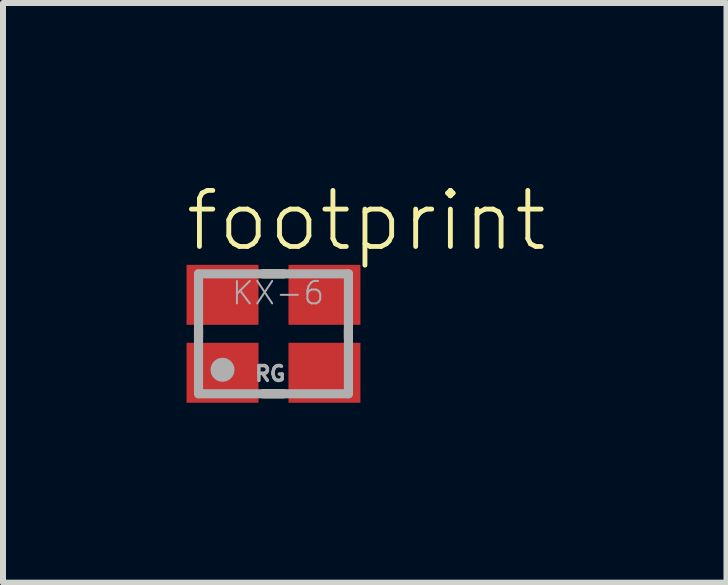
<source format=kicad_pcb>
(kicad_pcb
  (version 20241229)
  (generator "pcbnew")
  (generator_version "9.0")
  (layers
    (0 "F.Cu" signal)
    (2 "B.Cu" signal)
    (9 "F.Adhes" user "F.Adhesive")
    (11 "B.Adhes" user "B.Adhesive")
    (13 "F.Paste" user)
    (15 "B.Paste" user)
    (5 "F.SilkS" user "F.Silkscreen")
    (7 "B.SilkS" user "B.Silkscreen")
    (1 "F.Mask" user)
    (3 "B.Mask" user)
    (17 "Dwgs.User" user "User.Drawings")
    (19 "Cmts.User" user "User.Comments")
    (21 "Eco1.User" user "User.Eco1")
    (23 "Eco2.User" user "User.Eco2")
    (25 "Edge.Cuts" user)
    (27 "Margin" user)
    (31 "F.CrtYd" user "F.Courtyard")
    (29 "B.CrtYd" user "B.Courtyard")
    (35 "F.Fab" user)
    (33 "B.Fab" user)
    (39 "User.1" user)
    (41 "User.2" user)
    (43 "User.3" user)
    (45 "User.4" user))
  (footprint "footprint"
    (layer "F.Cu")
    (at 1.511 2.517)
    (property "Reference" "footprint" (at -1.511 -1.338 0) (layer "F.SilkS") (effects (font (size 0.935 0.935) (thickness 0.081)) (justify left bottom)))
    (fp_line (start -1.25 0.07) (end -1.25 -0.07) (stroke (width 0.152) (type solid)) (layer "F.SilkS"))
    (fp_line (start -0.17 -1) (end 0.17 -1) (stroke (width 0.152) (type solid)) (layer "F.SilkS"))
    (fp_line (start -0.17 1) (end 0.17 1) (stroke (width 0.152) (type solid)) (layer "F.SilkS"))
    (fp_line (start 1.25 0.07) (end 1.25 -0.07) (stroke (width 0.152) (type solid)) (layer "F.SilkS"))
    (fp_line (start -1.25 -1) (end -1.25 1) (stroke (width 0.152) (type solid)) (layer "F.Fab"))
    (fp_line (start -1.25 1) (end 1.25 1) (stroke (width 0.152) (type solid)) (layer "F.Fab"))
    (fp_line (start 1.25 -1) (end -1.25 -1) (stroke (width 0.152) (type solid)) (layer "F.Fab"))
    (fp_line (start 1.25 1) (end 1.25 -1) (stroke (width 0.152) (type solid)) (layer "F.Fab"))
    (fp_circle (center -0.85 0.6) (end -0.75 0.6) (stroke (width 0.2) (type solid)) (fill no) (layer "F.Fab"))
    (fp_text user "RG" (at -0.34 0.81 0) (layer "F.Fab") (effects (font (size 0.247 0.247) (thickness 0.058)) (justify left bottom)))
    (fp_text user "KX-6" (at -0.72 -0.46 0) (layer "F.Fab") (effects (font (size 0.374 0.374) (thickness 0.033)) (justify left bottom)))
    (pad "1" smd rect (at -0.85 0.65) (size 1.2 1) (layers "F.Cu" "F.Mask" "F.Paste"))
    (pad "2" smd rect (at 0.85 0.65) (size 1.2 1) (layers "F.Cu" "F.Mask" "F.Paste"))
    (pad "3" smd rect (at 0.85 -0.65) (size 1.2 1) (layers "F.Cu" "F.Mask" "F.Paste"))
    (pad "4" smd rect (at -0.85 -0.65) (size 1.2 1) (layers "F.Cu" "F.Mask" "F.Paste")))
  (gr_rect
    (start -3 -3)
    (end 9.066 6.667)
    (stroke (width 0.1) (type default))
    (fill no)
    (layer "Edge.Cuts")))
</source>
